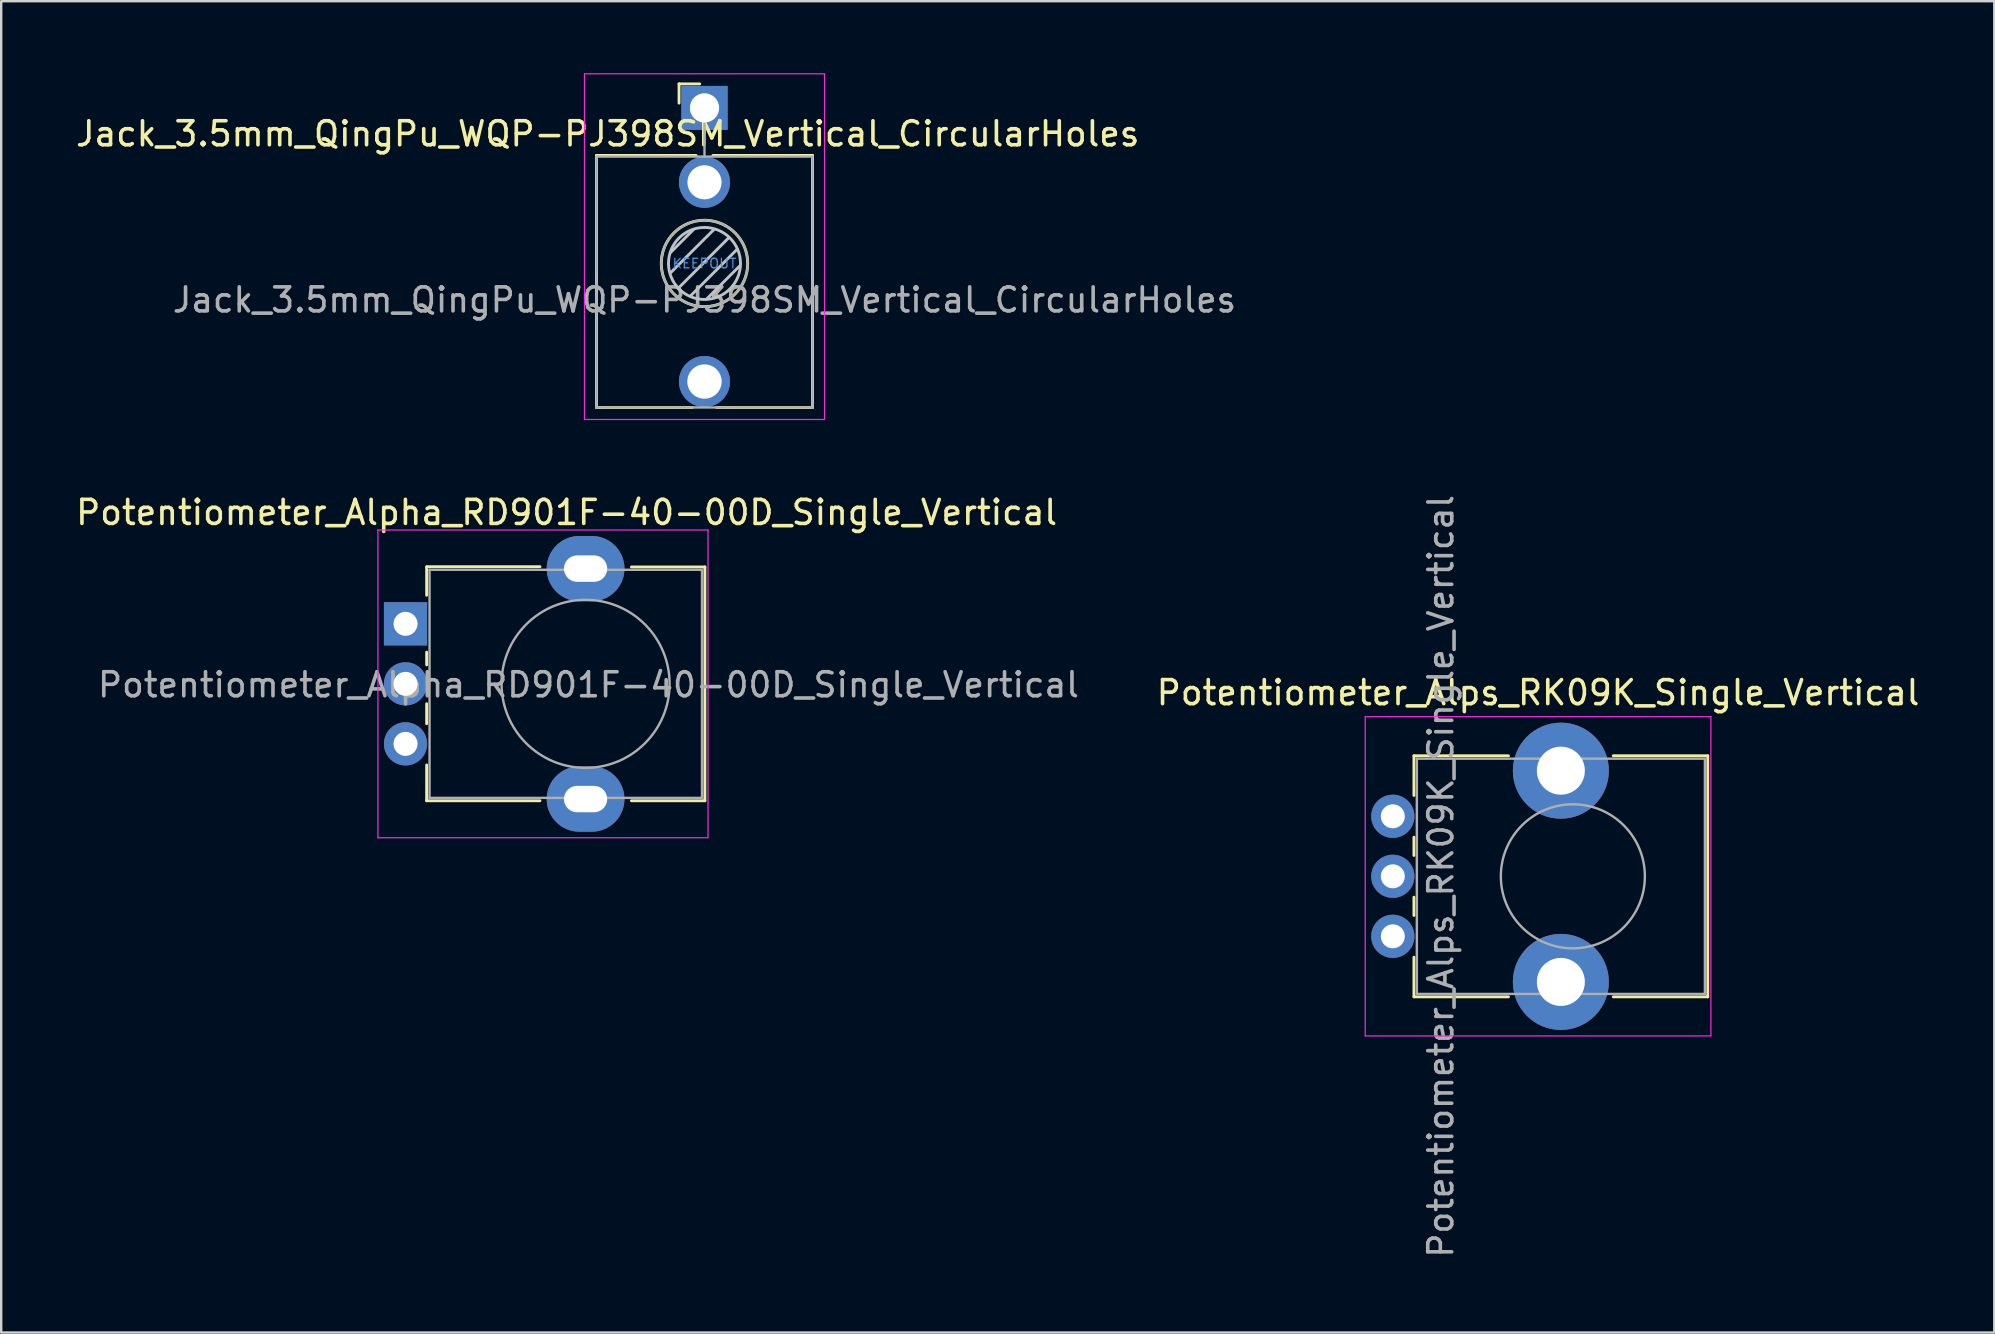
<source format=kicad_pcb>
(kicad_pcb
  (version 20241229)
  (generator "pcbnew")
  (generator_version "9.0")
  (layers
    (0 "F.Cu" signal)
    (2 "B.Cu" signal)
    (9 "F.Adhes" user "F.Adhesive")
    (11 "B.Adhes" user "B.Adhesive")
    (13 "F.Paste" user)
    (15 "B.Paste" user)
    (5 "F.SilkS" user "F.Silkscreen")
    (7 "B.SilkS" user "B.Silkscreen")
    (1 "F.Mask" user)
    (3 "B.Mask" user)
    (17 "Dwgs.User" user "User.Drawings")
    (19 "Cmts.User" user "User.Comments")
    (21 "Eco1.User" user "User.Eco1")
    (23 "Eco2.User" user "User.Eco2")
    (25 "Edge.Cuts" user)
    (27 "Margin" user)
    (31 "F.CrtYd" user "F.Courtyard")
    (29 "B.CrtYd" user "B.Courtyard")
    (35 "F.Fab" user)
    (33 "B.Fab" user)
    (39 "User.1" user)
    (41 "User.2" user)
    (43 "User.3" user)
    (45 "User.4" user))
  (footprint "Jack_3.5mm_QingPu_WQP-PJ398SM_Vertical_CircularHoles"
    (layer "F.Cu")
    (at 26.298 1.445)
    (property "Reference" "Jack_3.5mm_QingPu_WQP-PJ398SM_Vertical_CircularHoles" (at -4.03 1.08 0) (layer "F.SilkS") (effects (font (size 1 1) (thickness 0.15))))
    (attr through_hole)
    (fp_line (start -4.5 1.98) (end -4.5 12.48) (stroke (width 0.12) (type solid)) (layer "F.SilkS"))
    (fp_line (start -1.06 -1) (end -1.06 -0.2) (stroke (width 0.12) (type solid)) (layer "F.SilkS"))
    (fp_line (start -1.06 -1) (end -0.2 -1) (stroke (width 0.12) (type solid)) (layer "F.SilkS"))
    (fp_line (start -0.5 12.48) (end -4.5 12.48) (stroke (width 0.12) (type solid)) (layer "F.SilkS"))
    (fp_line (start -0.35 1.98) (end -4.5 1.98) (stroke (width 0.12) (type solid)) (layer "F.SilkS"))
    (fp_line (start 4.5 1.98) (end 0.35 1.98) (stroke (width 0.12) (type solid)) (layer "F.SilkS"))
    (fp_line (start 4.5 1.98) (end 4.5 12.48) (stroke (width 0.12) (type solid)) (layer "F.SilkS"))
    (fp_line (start 4.5 12.48) (end 0.5 12.48) (stroke (width 0.12) (type solid)) (layer "F.SilkS"))
    (fp_circle (center 0 6.48) (end 1.8 6.48) (stroke (width 0.12) (type solid)) (fill no) (layer "F.SilkS"))
    (fp_line (start -1.42 6.875) (end 0.4 5.06) (stroke (width 0.12) (type solid)) (layer "Dwgs.User"))
    (fp_line (start -1.41 6.02) (end -0.46 5.07) (stroke (width 0.12) (type solid)) (layer "Dwgs.User"))
    (fp_line (start -1.07 7.49) (end 1.01 5.41) (stroke (width 0.12) (type solid)) (layer "Dwgs.User"))
    (fp_line (start -0.58 7.83) (end 1.36 5.89) (stroke (width 0.12) (type solid)) (layer "Dwgs.User"))
    (fp_line (start 0.09 7.96) (end 1.48 6.57) (stroke (width 0.12) (type solid)) (layer "Dwgs.User"))
    (fp_circle (center 0 6.48) (end 1.5 6.48) (stroke (width 0.12) (type solid)) (fill no) (layer "Dwgs.User"))
    (fp_line (start -5 12.98) (end -5 -1.42) (stroke (width 0.05) (type solid)) (layer "F.CrtYd"))
    (fp_line (start 5 -1.42) (end -5 -1.42) (stroke (width 0.05) (type solid)) (layer "F.CrtYd"))
    (fp_line (start 5 12.98) (end -5 12.98) (stroke (width 0.05) (type solid)) (layer "F.CrtYd"))
    (fp_line (start 5 12.98) (end 5 -1.42) (stroke (width 0.05) (type solid)) (layer "F.CrtYd"))
    (fp_line (start -4.5 12.48) (end -4.5 2.08) (stroke (width 0.1) (type solid)) (layer "F.Fab"))
    (fp_line (start 0 0) (end 0 2.03) (stroke (width 0.1) (type solid)) (layer "F.Fab"))
    (fp_line (start 4.5 2.03) (end -4.5 2.03) (stroke (width 0.1) (type solid)) (layer "F.Fab"))
    (fp_line (start 4.5 12.48) (end -4.5 12.48) (stroke (width 0.1) (type solid)) (layer "F.Fab"))
    (fp_line (start 4.5 12.48) (end 4.5 2.08) (stroke (width 0.1) (type solid)) (layer "F.Fab"))
    (fp_circle (center 0 6.48) (end 1.8 6.48) (stroke (width 0.1) (type solid)) (fill no) (layer "F.Fab"))
    (fp_text user "KEEPOUT" (at 0 6.48 180) (layer "Cmts.User") (effects (font (size 0.4 0.4) (thickness 0.051))))
    (fp_text user "${REFERENCE}" (at 0 8 0) (layer "F.Fab") (effects (font (size 1 1) (thickness 0.15))))
    (pad "S" thru_hole rect (at 0 0 180) (size 1.93 1.83) (drill 1.22) (layers "*.Cu" "*.Mask"))
    (pad "T" thru_hole circle (at 0 11.4 180) (size 2.13 2.13) (drill 1.43) (layers "*.Cu" "*.Mask"))
    (pad "TN" thru_hole circle (at 0 3.1 180) (size 2.13 2.13) (drill 1.42) (layers "*.Cu" "*.Mask")))
  (footprint "Potentiometer_Alps_RK09K_Single_Vertical"
    (layer "F.Cu")
    (at 54.973 35.956)
    (property "Reference" "Potentiometer_Alps_RK09K_Single_Vertical" (at 6.05 -10.15 0) (layer "F.SilkS") (effects (font (size 1 1) (thickness 0.15))))
    (attr through_hole)
    (fp_line (start 0.88 -7.521) (end 0.88 -5.871) (stroke (width 0.12) (type solid)) (layer "F.SilkS"))
    (fp_line (start 0.88 -7.521) (end 4.817 -7.521) (stroke (width 0.12) (type solid)) (layer "F.SilkS"))
    (fp_line (start 0.88 -4.129) (end 0.88 -3.37) (stroke (width 0.12) (type solid)) (layer "F.SilkS"))
    (fp_line (start 0.88 -1.629) (end 0.88 -0.87) (stroke (width 0.12) (type solid)) (layer "F.SilkS"))
    (fp_line (start 0.88 0.87) (end 0.88 2.52) (stroke (width 0.12) (type solid)) (layer "F.SilkS"))
    (fp_line (start 0.88 2.52) (end 4.817 2.52) (stroke (width 0.12) (type solid)) (layer "F.SilkS"))
    (fp_line (start 9.184 -7.521) (end 13.12 -7.521) (stroke (width 0.12) (type solid)) (layer "F.SilkS"))
    (fp_line (start 9.184 2.52) (end 13.12 2.52) (stroke (width 0.12) (type solid)) (layer "F.SilkS"))
    (fp_line (start 13.12 -7.521) (end 13.12 2.52) (stroke (width 0.12) (type solid)) (layer "F.SilkS"))
    (fp_line (start -1.15 -9.15) (end -1.15 4.15) (stroke (width 0.05) (type solid)) (layer "F.CrtYd"))
    (fp_line (start -1.15 4.15) (end 13.25 4.15) (stroke (width 0.05) (type solid)) (layer "F.CrtYd"))
    (fp_line (start 13.25 -9.15) (end -1.15 -9.15) (stroke (width 0.05) (type solid)) (layer "F.CrtYd"))
    (fp_line (start 13.25 4.15) (end 13.25 -9.15) (stroke (width 0.05) (type solid)) (layer "F.CrtYd"))
    (fp_line (start 1 -7.4) (end 1 2.4) (stroke (width 0.1) (type solid)) (layer "F.Fab"))
    (fp_line (start 1 2.4) (end 13 2.4) (stroke (width 0.1) (type solid)) (layer "F.Fab"))
    (fp_line (start 13 -7.4) (end 1 -7.4) (stroke (width 0.1) (type solid)) (layer "F.Fab"))
    (fp_line (start 13 2.4) (end 13 -7.4) (stroke (width 0.1) (type solid)) (layer "F.Fab"))
    (fp_circle (center 7.5 -2.5) (end 10.5 -2.5) (stroke (width 0.1) (type solid)) (fill no) (layer "F.Fab"))
    (fp_text user "${REFERENCE}" (at 2 -2.5 270) (layer "F.Fab") (effects (font (size 1 1) (thickness 0.15))))
    (pad "" np_thru_hole circle (at 7 -6.9) (size 4 4) (drill 2) (layers "*.Cu" "*.Mask"))
    (pad "" np_thru_hole circle (at 7 1.9) (size 4 4) (drill 2) (layers "*.Cu" "*.Mask"))
    (pad "1" thru_hole circle (at 0 0) (size 1.8 1.8) (drill 1) (layers "*.Cu" "*.Mask"))
    (pad "2" thru_hole circle (at 0 -2.5) (size 1.8 1.8) (drill 1) (layers "*.Cu" "*.Mask"))
    (pad "3" thru_hole circle (at 0 -5) (size 1.8 1.8) (drill 1) (layers "*.Cu" "*.Mask")))
  (footprint "Potentiometer_Alpha_RD901F-40-00D_Single_Vertical"
    (layer "F.Cu")
    (at 13.844 22.938)
    (property "Reference" "Potentiometer_Alpha_RD901F-40-00D_Single_Vertical" (at 6.71 -4.64 180) (layer "F.SilkS") (effects (font (size 1 1) (thickness 0.15))))
    (attr through_hole)
    (fp_line (start 0.88 -2.38) (end 5.6 -2.38) (stroke (width 0.12) (type solid)) (layer "F.SilkS"))
    (fp_line (start 0.88 -1.19) (end 0.88 -2.37) (stroke (width 0.12) (type solid)) (layer "F.SilkS"))
    (fp_line (start 0.88 1.71) (end 0.88 1.18) (stroke (width 0.12) (type solid)) (layer "F.SilkS"))
    (fp_line (start 0.88 4.16) (end 0.88 3.33) (stroke (width 0.12) (type solid)) (layer "F.SilkS"))
    (fp_line (start 0.88 7.37) (end 0.88 5.88) (stroke (width 0.12) (type solid)) (layer "F.SilkS"))
    (fp_line (start 0.88 7.37) (end 5.6 7.37) (stroke (width 0.12) (type solid)) (layer "F.SilkS"))
    (fp_line (start 9.41 -2.37) (end 12.47 -2.37) (stroke (width 0.12) (type solid)) (layer "F.SilkS"))
    (fp_line (start 9.41 7.37) (end 12.47 7.37) (stroke (width 0.12) (type solid)) (layer "F.SilkS"))
    (fp_line (start 12.47 7.37) (end 12.47 -2.37) (stroke (width 0.12) (type solid)) (layer "F.SilkS"))
    (fp_line (start -1.15 -3.91) (end -1.15 8.91) (stroke (width 0.05) (type solid)) (layer "F.CrtYd"))
    (fp_line (start -1.15 8.91) (end 12.6 8.91) (stroke (width 0.05) (type solid)) (layer "F.CrtYd"))
    (fp_line (start 12.6 -3.91) (end -1.15 -3.91) (stroke (width 0.05) (type solid)) (layer "F.CrtYd"))
    (fp_line (start 12.6 8.91) (end 12.6 -3.91) (stroke (width 0.05) (type solid)) (layer "F.CrtYd"))
    (fp_line (start 1 -2.25) (end 12.35 -2.25) (stroke (width 0.1) (type solid)) (layer "F.Fab"))
    (fp_line (start 1 7.25) (end 1 -2.25) (stroke (width 0.1) (type solid)) (layer "F.Fab"))
    (fp_line (start 1 7.25) (end 12.35 7.25) (stroke (width 0.1) (type solid)) (layer "F.Fab"))
    (fp_line (start 12.35 7.25) (end 12.35 -2.25) (stroke (width 0.1) (type solid)) (layer "F.Fab"))
    (fp_circle (center 7.5 2.5) (end 7.5 -1) (stroke (width 0.1) (type solid)) (fill no) (layer "F.Fab"))
    (fp_text user "${REFERENCE}" (at 7.62 2.54 0) (layer "F.Fab") (effects (font (size 1 1) (thickness 0.15))))
    (pad "" thru_hole oval (at 7.5 -2.3 90) (size 2.72 3.24) (drill oval 1.1 1.8) (layers "*.Cu" "*.Mask"))
    (pad "" thru_hole oval (at 7.5 7.3 90) (size 2.72 3.24) (drill oval 1.1 1.8) (layers "*.Cu" "*.Mask"))
    (pad "1" thru_hole rect (at 0 0 90) (size 1.8 1.8) (drill 1) (layers "*.Cu" "*.Mask"))
    (pad "2" thru_hole circle (at 0 2.5 90) (size 1.8 1.8) (drill 1) (layers "*.Cu" "*.Mask"))
    (pad "3" thru_hole circle (at 0 5 90) (size 1.8 1.8) (drill 1) (layers "*.Cu" "*.Mask")))
  (gr_rect
    (start -3 -3)
    (end 80.029 52.462)
    (stroke (width 0.1) (type default))
    (fill no)
    (layer "Edge.Cuts")))
</source>
